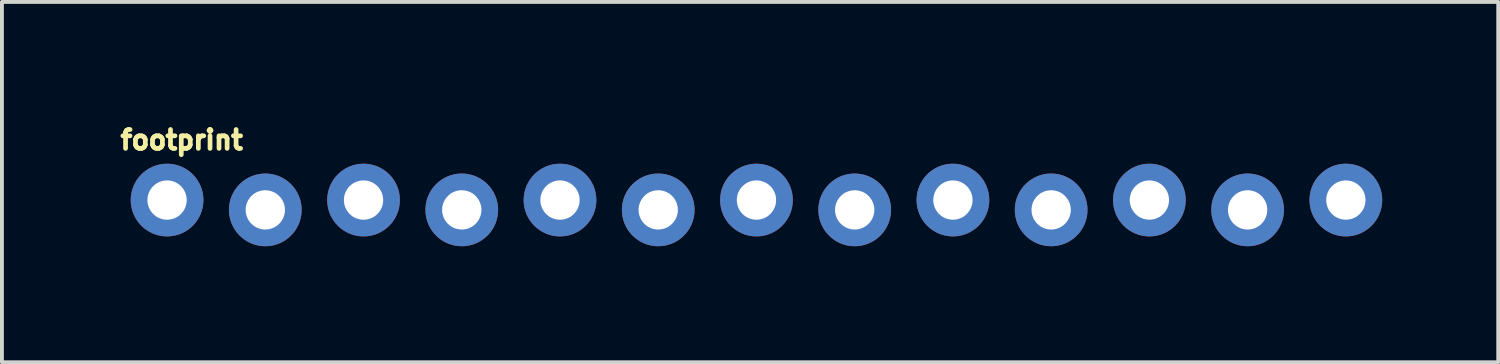
<source format=kicad_pcb>
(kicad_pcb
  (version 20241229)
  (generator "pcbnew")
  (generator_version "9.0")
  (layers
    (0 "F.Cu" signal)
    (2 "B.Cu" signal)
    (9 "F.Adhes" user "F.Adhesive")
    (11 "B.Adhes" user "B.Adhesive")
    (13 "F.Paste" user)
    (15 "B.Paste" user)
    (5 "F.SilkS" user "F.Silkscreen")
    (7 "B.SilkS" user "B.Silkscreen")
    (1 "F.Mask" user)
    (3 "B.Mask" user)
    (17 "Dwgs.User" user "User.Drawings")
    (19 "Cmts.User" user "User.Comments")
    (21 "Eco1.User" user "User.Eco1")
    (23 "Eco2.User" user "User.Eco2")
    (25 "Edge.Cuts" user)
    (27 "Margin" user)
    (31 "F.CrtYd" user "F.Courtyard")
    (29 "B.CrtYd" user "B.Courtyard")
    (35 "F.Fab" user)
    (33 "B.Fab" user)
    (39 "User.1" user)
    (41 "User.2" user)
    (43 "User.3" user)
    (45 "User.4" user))
  (footprint "footprint"
    (layer "F.Cu")
    (at 1.27 2.25)
    (property "Reference" "footprint" (at -1.27 -1.397 0) (layer "F.SilkS") (effects (font (size 0.488 0.488) (thickness 0.122)) (justify left bottom)))
    (fp_poly (pts (xy -0.254 0.254) (xy 0.254 0.254) (xy 0.254 -0.254) (xy -0.254 -0.254)) (stroke (width 0.1) (type solid)) (fill no) (layer "F.Fab"))
    (fp_poly (pts (xy 2.286 0.254) (xy 2.794 0.254) (xy 2.794 -0.254) (xy 2.286 -0.254)) (stroke (width 0.1) (type solid)) (fill no) (layer "F.Fab"))
    (fp_poly (pts (xy 4.826 0.254) (xy 5.334 0.254) (xy 5.334 -0.254) (xy 4.826 -0.254)) (stroke (width 0.1) (type solid)) (fill no) (layer "F.Fab"))
    (fp_poly (pts (xy 7.366 0.254) (xy 7.874 0.254) (xy 7.874 -0.254) (xy 7.366 -0.254)) (stroke (width 0.1) (type solid)) (fill no) (layer "F.Fab"))
    (fp_poly (pts (xy 9.906 0.254) (xy 10.414 0.254) (xy 10.414 -0.254) (xy 9.906 -0.254)) (stroke (width 0.1) (type solid)) (fill no) (layer "F.Fab"))
    (fp_poly (pts (xy 12.954 0.254) (xy 12.954 -0.254) (xy 12.446 -0.254) (xy 12.446 0.254)) (stroke (width 0.1) (type solid)) (fill no) (layer "F.Fab"))
    (fp_poly (pts (xy 14.986 0.254) (xy 15.494 0.254) (xy 15.494 -0.254) (xy 14.986 -0.254)) (stroke (width 0.1) (type solid)) (fill no) (layer "F.Fab"))
    (fp_poly (pts (xy 17.526 0.254) (xy 18.034 0.254) (xy 18.034 -0.254) (xy 17.526 -0.254)) (stroke (width 0.1) (type solid)) (fill no) (layer "F.Fab"))
    (fp_poly (pts (xy 20.066 0.254) (xy 20.574 0.254) (xy 20.574 -0.254) (xy 20.066 -0.254)) (stroke (width 0.1) (type solid)) (fill no) (layer "F.Fab"))
    (fp_poly (pts (xy 22.606 0.254) (xy 23.114 0.254) (xy 23.114 -0.254) (xy 22.606 -0.254)) (stroke (width 0.1) (type solid)) (fill no) (layer "F.Fab"))
    (fp_poly (pts (xy 25.146 0.254) (xy 25.654 0.254) (xy 25.654 -0.254) (xy 25.146 -0.254)) (stroke (width 0.1) (type solid)) (fill no) (layer "F.Fab"))
    (fp_poly (pts (xy 27.686 0.254) (xy 28.194 0.254) (xy 28.194 -0.254) (xy 27.686 -0.254)) (stroke (width 0.1) (type solid)) (fill no) (layer "F.Fab"))
    (fp_poly (pts (xy 30.226 0.254) (xy 30.734 0.254) (xy 30.734 -0.254) (xy 30.226 -0.254)) (stroke (width 0.1) (type solid)) (fill no) (layer "F.Fab"))
    (pad "1" thru_hole circle (at 0 -0.127 90) (size 1.88 1.88) (drill 1.016) (layers "*.Cu" "*.Mask"))
    (pad "2" thru_hole circle (at 2.54 0.127 90) (size 1.88 1.88) (drill 1.016) (layers "*.Cu" "*.Mask"))
    (pad "3" thru_hole circle (at 5.08 -0.127 90) (size 1.88 1.88) (drill 1.016) (layers "*.Cu" "*.Mask"))
    (pad "4" thru_hole circle (at 7.62 0.127 90) (size 1.88 1.88) (drill 1.016) (layers "*.Cu" "*.Mask"))
    (pad "5" thru_hole circle (at 10.16 -0.127 90) (size 1.88 1.88) (drill 1.016) (layers "*.Cu" "*.Mask"))
    (pad "6" thru_hole circle (at 12.7 0.127 90) (size 1.88 1.88) (drill 1.016) (layers "*.Cu" "*.Mask"))
    (pad "7" thru_hole circle (at 15.24 -0.127 90) (size 1.88 1.88) (drill 1.016) (layers "*.Cu" "*.Mask"))
    (pad "8" thru_hole circle (at 17.78 0.127 90) (size 1.88 1.88) (drill 1.016) (layers "*.Cu" "*.Mask"))
    (pad "9" thru_hole circle (at 20.32 -0.127 90) (size 1.88 1.88) (drill 1.016) (layers "*.Cu" "*.Mask"))
    (pad "10" thru_hole circle (at 22.86 0.127 90) (size 1.88 1.88) (drill 1.016) (layers "*.Cu" "*.Mask"))
    (pad "11" thru_hole circle (at 25.4 -0.127 90) (size 1.88 1.88) (drill 1.016) (layers "*.Cu" "*.Mask"))
    (pad "12" thru_hole circle (at 27.94 0.127 90) (size 1.88 1.88) (drill 1.016) (layers "*.Cu" "*.Mask"))
    (pad "13" thru_hole circle (at 30.48 -0.127 90) (size 1.88 1.88) (drill 1.016) (layers "*.Cu" "*.Mask")))
  (gr_rect
    (start -3 -3)
    (end 35.69 6.317)
    (stroke (width 0.1) (type default))
    (fill no)
    (layer "Edge.Cuts")))
</source>
